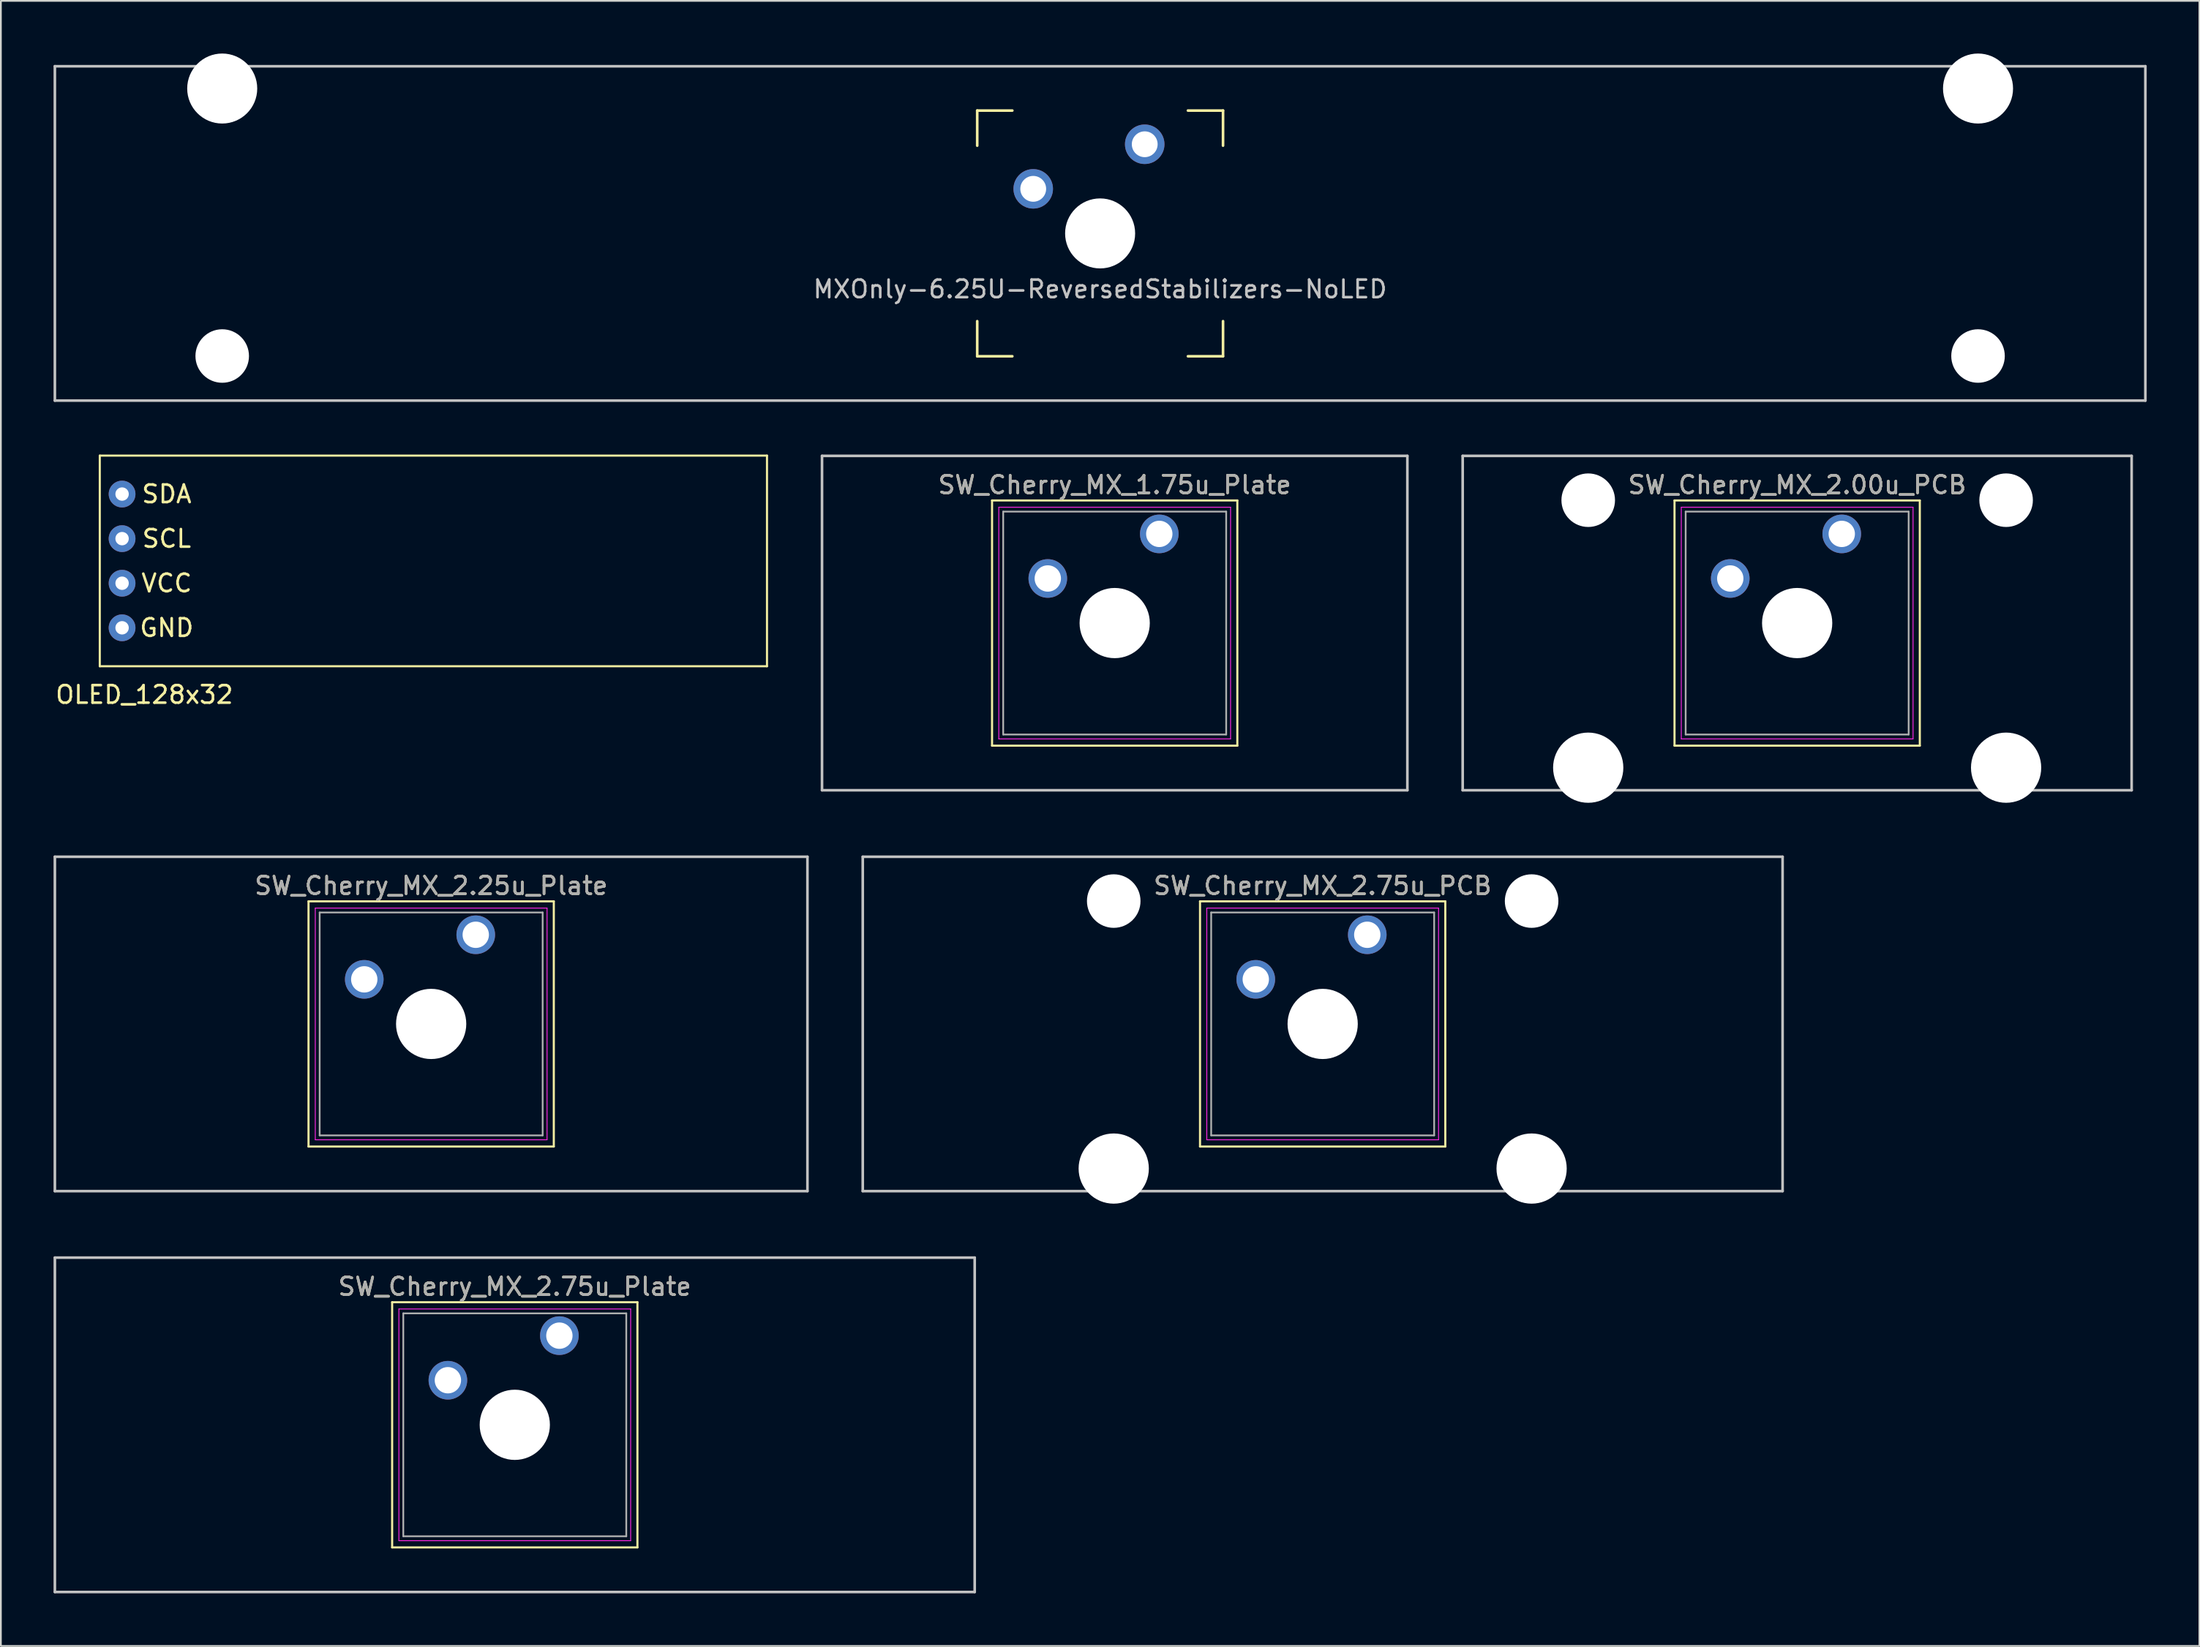
<source format=kicad_pcb>
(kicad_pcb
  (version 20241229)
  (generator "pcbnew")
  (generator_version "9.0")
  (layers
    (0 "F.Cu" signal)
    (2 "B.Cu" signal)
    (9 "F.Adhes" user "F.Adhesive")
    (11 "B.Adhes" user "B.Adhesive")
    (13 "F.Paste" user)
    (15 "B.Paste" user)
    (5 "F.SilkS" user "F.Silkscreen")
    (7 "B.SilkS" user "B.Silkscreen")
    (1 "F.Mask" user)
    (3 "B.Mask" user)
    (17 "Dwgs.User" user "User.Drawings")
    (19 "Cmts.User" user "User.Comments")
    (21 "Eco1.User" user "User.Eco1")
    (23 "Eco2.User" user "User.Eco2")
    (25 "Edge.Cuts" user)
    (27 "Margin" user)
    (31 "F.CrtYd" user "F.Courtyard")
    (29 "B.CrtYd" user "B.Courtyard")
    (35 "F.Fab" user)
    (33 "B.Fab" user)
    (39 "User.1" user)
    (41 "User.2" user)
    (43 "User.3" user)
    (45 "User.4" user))
  (footprint "SW_Cherry_MX_2.75u_PCB"
    (layer "F.Cu")
    (at 74.821 50.209)
    (property "Reference" "SW_Cherry_MX_2.75u_PCB" (at -2.54 -2.794 0) (layer "F.SilkS") (effects (font (size 1 1) (thickness 0.15))))
    (attr through_hole)
    (fp_line (start -9.525 -1.905) (end 4.445 -1.905) (stroke (width 0.12) (type solid)) (layer "F.SilkS"))
    (fp_line (start -9.525 12.065) (end -9.525 -1.905) (stroke (width 0.12) (type solid)) (layer "F.SilkS"))
    (fp_line (start 4.445 -1.905) (end 4.445 12.065) (stroke (width 0.12) (type solid)) (layer "F.SilkS"))
    (fp_line (start 4.445 12.065) (end -9.525 12.065) (stroke (width 0.12) (type solid)) (layer "F.SilkS"))
    (fp_line (start -28.734 -4.445) (end 23.654 -4.445) (stroke (width 0.15) (type solid)) (layer "Dwgs.User"))
    (fp_line (start -28.734 14.605) (end -28.734 -4.445) (stroke (width 0.15) (type solid)) (layer "Dwgs.User"))
    (fp_line (start 23.654 -4.445) (end 23.654 14.605) (stroke (width 0.15) (type solid)) (layer "Dwgs.User"))
    (fp_line (start 23.654 14.605) (end -28.734 14.605) (stroke (width 0.15) (type solid)) (layer "Dwgs.User"))
    (fp_line (start -9.14 -1.52) (end 4.06 -1.52) (stroke (width 0.05) (type solid)) (layer "F.CrtYd"))
    (fp_line (start -9.14 11.68) (end -9.14 -1.52) (stroke (width 0.05) (type solid)) (layer "F.CrtYd"))
    (fp_line (start 4.06 -1.52) (end 4.06 11.68) (stroke (width 0.05) (type solid)) (layer "F.CrtYd"))
    (fp_line (start 4.06 11.68) (end -9.14 11.68) (stroke (width 0.05) (type solid)) (layer "F.CrtYd"))
    (fp_line (start -8.89 -1.27) (end 3.81 -1.27) (stroke (width 0.1) (type solid)) (layer "F.Fab"))
    (fp_line (start -8.89 11.43) (end -8.89 -1.27) (stroke (width 0.1) (type solid)) (layer "F.Fab"))
    (fp_line (start 3.81 -1.27) (end 3.81 11.43) (stroke (width 0.1) (type solid)) (layer "F.Fab"))
    (fp_line (start 3.81 11.43) (end -8.89 11.43) (stroke (width 0.1) (type solid)) (layer "F.Fab"))
    (fp_text user "${REFERENCE}" (at -2.54 -2.794 0) (layer "F.Fab") (effects (font (size 1 1) (thickness 0.15))))
    (pad "" np_thru_hole circle (at -14.44 -1.92) (size 3.05 3.05) (drill 3.05) (layers "*.Cu" "*.Mask"))
    (pad "" np_thru_hole circle (at -14.44 13.32) (size 4 4) (drill 4) (layers "*.Cu" "*.Mask"))
    (pad "" np_thru_hole circle (at -2.54 5.08) (size 4 4) (drill 4) (layers "*.Cu" "*.Mask"))
    (pad "" np_thru_hole circle (at 9.36 -1.92) (size 3.05 3.05) (drill 3.05) (layers "*.Cu" "*.Mask"))
    (pad "" np_thru_hole circle (at 9.36 13.32) (size 4 4) (drill 4) (layers "*.Cu" "*.Mask"))
    (pad "1" thru_hole circle (at 0 0) (size 2.2 2.2) (drill 1.5) (layers "*.Cu" "*.Mask"))
    (pad "2" thru_hole circle (at -6.35 2.54) (size 2.2 2.2) (drill 1.5) (layers "*.Cu" "*.Mask")))
  (footprint "SW_Cherry_MX_1.75u_Plate"
    (layer "F.Cu")
    (at 62.976 27.369)
    (property "Reference" "SW_Cherry_MX_1.75u_Plate" (at -2.54 -2.794 0) (layer "F.SilkS") (effects (font (size 1 1) (thickness 0.15))))
    (attr through_hole)
    (fp_line (start -9.525 -1.905) (end 4.445 -1.905) (stroke (width 0.12) (type solid)) (layer "F.SilkS"))
    (fp_line (start -9.525 12.065) (end -9.525 -1.905) (stroke (width 0.12) (type solid)) (layer "F.SilkS"))
    (fp_line (start 4.445 -1.905) (end 4.445 12.065) (stroke (width 0.12) (type solid)) (layer "F.SilkS"))
    (fp_line (start 4.445 12.065) (end -9.525 12.065) (stroke (width 0.12) (type solid)) (layer "F.SilkS"))
    (fp_line (start -19.209 -4.445) (end 14.129 -4.445) (stroke (width 0.15) (type solid)) (layer "Dwgs.User"))
    (fp_line (start -19.209 14.605) (end -19.209 -4.445) (stroke (width 0.15) (type solid)) (layer "Dwgs.User"))
    (fp_line (start 14.129 -4.445) (end 14.129 14.605) (stroke (width 0.15) (type solid)) (layer "Dwgs.User"))
    (fp_line (start 14.129 14.605) (end -19.209 14.605) (stroke (width 0.15) (type solid)) (layer "Dwgs.User"))
    (fp_line (start -9.14 -1.52) (end 4.06 -1.52) (stroke (width 0.05) (type solid)) (layer "F.CrtYd"))
    (fp_line (start -9.14 11.68) (end -9.14 -1.52) (stroke (width 0.05) (type solid)) (layer "F.CrtYd"))
    (fp_line (start 4.06 -1.52) (end 4.06 11.68) (stroke (width 0.05) (type solid)) (layer "F.CrtYd"))
    (fp_line (start 4.06 11.68) (end -9.14 11.68) (stroke (width 0.05) (type solid)) (layer "F.CrtYd"))
    (fp_line (start -8.89 -1.27) (end 3.81 -1.27) (stroke (width 0.1) (type solid)) (layer "F.Fab"))
    (fp_line (start -8.89 11.43) (end -8.89 -1.27) (stroke (width 0.1) (type solid)) (layer "F.Fab"))
    (fp_line (start 3.81 -1.27) (end 3.81 11.43) (stroke (width 0.1) (type solid)) (layer "F.Fab"))
    (fp_line (start 3.81 11.43) (end -8.89 11.43) (stroke (width 0.1) (type solid)) (layer "F.Fab"))
    (fp_text user "${REFERENCE}" (at -2.54 -2.794 0) (layer "F.Fab") (effects (font (size 1 1) (thickness 0.15))))
    (pad "" np_thru_hole circle (at -2.54 5.08) (size 4 4) (drill 4) (layers "*.Cu" "*.Mask"))
    (pad "1" thru_hole circle (at 0 0) (size 2.2 2.2) (drill 1.5) (layers "*.Cu" "*.Mask"))
    (pad "2" thru_hole circle (at -6.35 2.54) (size 2.2 2.2) (drill 1.5) (layers "*.Cu" "*.Mask")))
  (footprint "MXOnly-6.25U-ReversedStabilizers-NoLED"
    (layer "F.Cu")
    (at 62.146 5.169)
    (property "Reference" "MXOnly-6.25U-ReversedStabilizers-NoLED" (at -2.54 8.255 0) (layer "Dwgs.User") (effects (font (size 1 1) (thickness 0.15))))
    (attr through_hole)
    (fp_line (start -9.54 -1.92) (end -9.54 0.08) (stroke (width 0.15) (type solid)) (layer "F.SilkS"))
    (fp_line (start -9.54 10.08) (end -9.54 12.08) (stroke (width 0.15) (type solid)) (layer "F.SilkS"))
    (fp_line (start -9.54 12.08) (end -7.54 12.08) (stroke (width 0.15) (type solid)) (layer "F.SilkS"))
    (fp_line (start -7.54 -1.92) (end -9.54 -1.92) (stroke (width 0.15) (type solid)) (layer "F.SilkS"))
    (fp_line (start 2.46 -1.92) (end 4.46 -1.92) (stroke (width 0.15) (type solid)) (layer "F.SilkS"))
    (fp_line (start 2.46 12.08) (end 4.46 12.08) (stroke (width 0.15) (type solid)) (layer "F.SilkS"))
    (fp_line (start 4.46 -1.92) (end 4.46 0.08) (stroke (width 0.15) (type solid)) (layer "F.SilkS"))
    (fp_line (start 4.46 12.08) (end 4.46 10.08) (stroke (width 0.15) (type solid)) (layer "F.SilkS"))
    (fp_line (start -62.071 -4.445) (end 56.991 -4.445) (stroke (width 0.15) (type solid)) (layer "Dwgs.User"))
    (fp_line (start -62.071 14.605) (end -62.071 -4.445) (stroke (width 0.15) (type solid)) (layer "Dwgs.User"))
    (fp_line (start -62.071 14.605) (end 56.991 14.605) (stroke (width 0.15) (type solid)) (layer "Dwgs.User"))
    (fp_line (start 56.991 -4.445) (end 56.991 14.605) (stroke (width 0.15) (type solid)) (layer "Dwgs.User"))
    (pad "" np_thru_hole circle (at -52.54 -3.175) (size 3.988 3.988) (drill 3.988) (layers "*.Cu" "*.Mask"))
    (pad "" np_thru_hole circle (at -52.54 12.065) (size 3.048 3.048) (drill 3.048) (layers "*.Cu" "*.Mask"))
    (pad "" np_thru_hole circle (at -2.54 5.08) (size 3.988 3.988) (drill 3.988) (layers "*.Cu" "*.Mask"))
    (pad "" np_thru_hole circle (at 47.46 -3.175) (size 3.988 3.988) (drill 3.988) (layers "*.Cu" "*.Mask"))
    (pad "" np_thru_hole circle (at 47.46 12.065) (size 3.048 3.048) (drill 3.048) (layers "*.Cu" "*.Mask"))
    (pad "1" thru_hole circle (at 0 0) (size 2.25 2.25) (drill 1.47) (layers "*.Cu" "B.Mask"))
    (pad "2" thru_hole circle (at -6.35 2.54) (size 2.25 2.25) (drill 1.47) (layers "*.Cu" "B.Mask")))
  (footprint "SW_Cherry_MX_2.75u_Plate"
    (layer "F.Cu")
    (at 28.809 73.049)
    (property "Reference" "SW_Cherry_MX_2.75u_Plate" (at -2.54 -2.794 0) (layer "F.SilkS") (effects (font (size 1 1) (thickness 0.15))))
    (attr through_hole)
    (fp_line (start -9.525 -1.905) (end 4.445 -1.905) (stroke (width 0.12) (type solid)) (layer "F.SilkS"))
    (fp_line (start -9.525 12.065) (end -9.525 -1.905) (stroke (width 0.12) (type solid)) (layer "F.SilkS"))
    (fp_line (start 4.445 -1.905) (end 4.445 12.065) (stroke (width 0.12) (type solid)) (layer "F.SilkS"))
    (fp_line (start 4.445 12.065) (end -9.525 12.065) (stroke (width 0.12) (type solid)) (layer "F.SilkS"))
    (fp_line (start -28.734 -4.445) (end 23.654 -4.445) (stroke (width 0.15) (type solid)) (layer "Dwgs.User"))
    (fp_line (start -28.734 14.605) (end -28.734 -4.445) (stroke (width 0.15) (type solid)) (layer "Dwgs.User"))
    (fp_line (start 23.654 -4.445) (end 23.654 14.605) (stroke (width 0.15) (type solid)) (layer "Dwgs.User"))
    (fp_line (start 23.654 14.605) (end -28.734 14.605) (stroke (width 0.15) (type solid)) (layer "Dwgs.User"))
    (fp_line (start -9.14 -1.52) (end 4.06 -1.52) (stroke (width 0.05) (type solid)) (layer "F.CrtYd"))
    (fp_line (start -9.14 11.68) (end -9.14 -1.52) (stroke (width 0.05) (type solid)) (layer "F.CrtYd"))
    (fp_line (start 4.06 -1.52) (end 4.06 11.68) (stroke (width 0.05) (type solid)) (layer "F.CrtYd"))
    (fp_line (start 4.06 11.68) (end -9.14 11.68) (stroke (width 0.05) (type solid)) (layer "F.CrtYd"))
    (fp_line (start -8.89 -1.27) (end 3.81 -1.27) (stroke (width 0.1) (type solid)) (layer "F.Fab"))
    (fp_line (start -8.89 11.43) (end -8.89 -1.27) (stroke (width 0.1) (type solid)) (layer "F.Fab"))
    (fp_line (start 3.81 -1.27) (end 3.81 11.43) (stroke (width 0.1) (type solid)) (layer "F.Fab"))
    (fp_line (start 3.81 11.43) (end -8.89 11.43) (stroke (width 0.1) (type solid)) (layer "F.Fab"))
    (fp_text user "${REFERENCE}" (at -2.54 -2.794 0) (layer "F.Fab") (effects (font (size 1 1) (thickness 0.15))))
    (pad "" np_thru_hole circle (at -2.54 5.08) (size 4 4) (drill 4) (layers "*.Cu" "*.Mask"))
    (pad "1" thru_hole circle (at 0 0) (size 2.2 2.2) (drill 1.5) (layers "*.Cu" "*.Mask"))
    (pad "2" thru_hole circle (at -6.35 2.54) (size 2.2 2.2) (drill 1.5) (layers "*.Cu" "*.Mask")))
  (footprint "SW_Cherry_MX_2.25u_Plate"
    (layer "F.Cu")
    (at 24.046 50.209)
    (property "Reference" "SW_Cherry_MX_2.25u_Plate" (at -2.54 -2.794 0) (layer "F.SilkS") (effects (font (size 1 1) (thickness 0.15))))
    (attr through_hole)
    (fp_line (start -9.525 -1.905) (end 4.445 -1.905) (stroke (width 0.12) (type solid)) (layer "F.SilkS"))
    (fp_line (start -9.525 12.065) (end -9.525 -1.905) (stroke (width 0.12) (type solid)) (layer "F.SilkS"))
    (fp_line (start 4.445 -1.905) (end 4.445 12.065) (stroke (width 0.12) (type solid)) (layer "F.SilkS"))
    (fp_line (start 4.445 12.065) (end -9.525 12.065) (stroke (width 0.12) (type solid)) (layer "F.SilkS"))
    (fp_line (start -23.971 -4.445) (end 18.891 -4.445) (stroke (width 0.15) (type solid)) (layer "Dwgs.User"))
    (fp_line (start -23.971 14.605) (end -23.971 -4.445) (stroke (width 0.15) (type solid)) (layer "Dwgs.User"))
    (fp_line (start 18.891 -4.445) (end 18.891 14.605) (stroke (width 0.15) (type solid)) (layer "Dwgs.User"))
    (fp_line (start 18.891 14.605) (end -23.971 14.605) (stroke (width 0.15) (type solid)) (layer "Dwgs.User"))
    (fp_line (start -9.14 -1.52) (end 4.06 -1.52) (stroke (width 0.05) (type solid)) (layer "F.CrtYd"))
    (fp_line (start -9.14 11.68) (end -9.14 -1.52) (stroke (width 0.05) (type solid)) (layer "F.CrtYd"))
    (fp_line (start 4.06 -1.52) (end 4.06 11.68) (stroke (width 0.05) (type solid)) (layer "F.CrtYd"))
    (fp_line (start 4.06 11.68) (end -9.14 11.68) (stroke (width 0.05) (type solid)) (layer "F.CrtYd"))
    (fp_line (start -8.89 -1.27) (end 3.81 -1.27) (stroke (width 0.1) (type solid)) (layer "F.Fab"))
    (fp_line (start -8.89 11.43) (end -8.89 -1.27) (stroke (width 0.1) (type solid)) (layer "F.Fab"))
    (fp_line (start 3.81 -1.27) (end 3.81 11.43) (stroke (width 0.1) (type solid)) (layer "F.Fab"))
    (fp_line (start 3.81 11.43) (end -8.89 11.43) (stroke (width 0.1) (type solid)) (layer "F.Fab"))
    (fp_text user "${REFERENCE}" (at -2.54 -2.794 0) (layer "F.Fab") (effects (font (size 1 1) (thickness 0.15))))
    (pad "" np_thru_hole circle (at -2.54 5.08) (size 4 4) (drill 4) (layers "*.Cu" "*.Mask"))
    (pad "1" thru_hole circle (at 0 0) (size 2.2 2.2) (drill 1.5) (layers "*.Cu" "*.Mask"))
    (pad "2" thru_hole circle (at -6.35 2.54) (size 2.2 2.2) (drill 1.5) (layers "*.Cu" "*.Mask")))
  (footprint "SW_Cherry_MX_2.00u_PCB"
    (layer "F.Cu")
    (at 101.845 27.369)
    (property "Reference" "SW_Cherry_MX_2.00u_PCB" (at -2.54 -2.794 0) (layer "F.SilkS") (effects (font (size 1 1) (thickness 0.15))))
    (attr through_hole)
    (fp_line (start -9.525 -1.905) (end 4.445 -1.905) (stroke (width 0.12) (type solid)) (layer "F.SilkS"))
    (fp_line (start -9.525 12.065) (end -9.525 -1.905) (stroke (width 0.12) (type solid)) (layer "F.SilkS"))
    (fp_line (start 4.445 -1.905) (end 4.445 12.065) (stroke (width 0.12) (type solid)) (layer "F.SilkS"))
    (fp_line (start 4.445 12.065) (end -9.525 12.065) (stroke (width 0.12) (type solid)) (layer "F.SilkS"))
    (fp_line (start -21.59 -4.445) (end 16.51 -4.445) (stroke (width 0.15) (type solid)) (layer "Dwgs.User"))
    (fp_line (start -21.59 14.605) (end -21.59 -4.445) (stroke (width 0.15) (type solid)) (layer "Dwgs.User"))
    (fp_line (start 16.51 -4.445) (end 16.51 14.605) (stroke (width 0.15) (type solid)) (layer "Dwgs.User"))
    (fp_line (start 16.51 14.605) (end -21.59 14.605) (stroke (width 0.15) (type solid)) (layer "Dwgs.User"))
    (fp_line (start -9.14 -1.52) (end 4.06 -1.52) (stroke (width 0.05) (type solid)) (layer "F.CrtYd"))
    (fp_line (start -9.14 11.68) (end -9.14 -1.52) (stroke (width 0.05) (type solid)) (layer "F.CrtYd"))
    (fp_line (start 4.06 -1.52) (end 4.06 11.68) (stroke (width 0.05) (type solid)) (layer "F.CrtYd"))
    (fp_line (start 4.06 11.68) (end -9.14 11.68) (stroke (width 0.05) (type solid)) (layer "F.CrtYd"))
    (fp_line (start -8.89 -1.27) (end 3.81 -1.27) (stroke (width 0.1) (type solid)) (layer "F.Fab"))
    (fp_line (start -8.89 11.43) (end -8.89 -1.27) (stroke (width 0.1) (type solid)) (layer "F.Fab"))
    (fp_line (start 3.81 -1.27) (end 3.81 11.43) (stroke (width 0.1) (type solid)) (layer "F.Fab"))
    (fp_line (start 3.81 11.43) (end -8.89 11.43) (stroke (width 0.1) (type solid)) (layer "F.Fab"))
    (fp_text user "${REFERENCE}" (at -2.54 -2.794 0) (layer "F.Fab") (effects (font (size 1 1) (thickness 0.15))))
    (pad "" np_thru_hole circle (at -14.44 -1.92) (size 3.05 3.05) (drill 3.05) (layers "*.Cu" "*.Mask"))
    (pad "" np_thru_hole circle (at -14.44 13.32) (size 4 4) (drill 4) (layers "*.Cu" "*.Mask"))
    (pad "" np_thru_hole circle (at -2.54 5.08) (size 4 4) (drill 4) (layers "*.Cu" "*.Mask"))
    (pad "" np_thru_hole circle (at 9.36 -1.92) (size 3.05 3.05) (drill 3.05) (layers "*.Cu" "*.Mask"))
    (pad "" np_thru_hole circle (at 9.36 13.32) (size 4 4) (drill 4) (layers "*.Cu" "*.Mask"))
    (pad "1" thru_hole circle (at 0 0) (size 2.2 2.2) (drill 1.5) (layers "*.Cu" "*.Mask"))
    (pad "2" thru_hole circle (at -6.35 2.54) (size 2.2 2.2) (drill 1.5) (layers "*.Cu" "*.Mask")))
  (footprint "OLED_128x32"
    (layer "F.Cu")
    (at 3.903 28.909)
    (property "Reference" "OLED_128x32" (at 1.27 7.62 0) (layer "F.SilkS") (effects (font (size 1 1) (thickness 0.15))))
    (attr through_hole)
    (fp_line (start -1.27 -6) (end 36.73 -6) (stroke (width 0.12) (type solid)) (layer "F.SilkS"))
    (fp_line (start -1.27 6) (end -1.27 -6) (stroke (width 0.12) (type solid)) (layer "F.SilkS"))
    (fp_line (start 36.73 -6) (end 36.73 6) (stroke (width 0.12) (type solid)) (layer "F.SilkS"))
    (fp_line (start 36.73 6) (end -1.27 6) (stroke (width 0.12) (type solid)) (layer "F.SilkS"))
    (fp_text user "SDA" (at 2.54 -3.81 0) (layer "F.SilkS") (effects (font (size 1 1) (thickness 0.15))))
    (fp_text user "VCC" (at 2.54 1.27 0) (layer "F.SilkS") (effects (font (size 1 1) (thickness 0.15))))
    (fp_text user "SCL" (at 2.54 -1.27 0) (layer "F.SilkS") (effects (font (size 1 1) (thickness 0.15))))
    (fp_text user "GND" (at 2.54 3.81 0) (layer "F.SilkS") (effects (font (size 1 1) (thickness 0.15))))
    (pad "1" thru_hole circle (at 0 -3.81) (size 1.524 1.524) (drill 0.762) (layers "*.Cu" "*.Mask"))
    (pad "2" thru_hole circle (at 0 -1.27) (size 1.524 1.524) (drill 0.762) (layers "*.Cu" "*.Mask"))
    (pad "3" thru_hole circle (at 0 1.27) (size 1.524 1.524) (drill 0.762) (layers "*.Cu" "*.Mask"))
    (pad "4" thru_hole circle (at 0 3.81) (size 1.524 1.524) (drill 0.762) (layers "*.Cu" "*.Mask")))
  (gr_rect
    (start -3 -3)
    (end 122.213 90.729)
    (stroke (width 0.1) (type default))
    (fill no)
    (layer "Edge.Cuts")))
</source>
